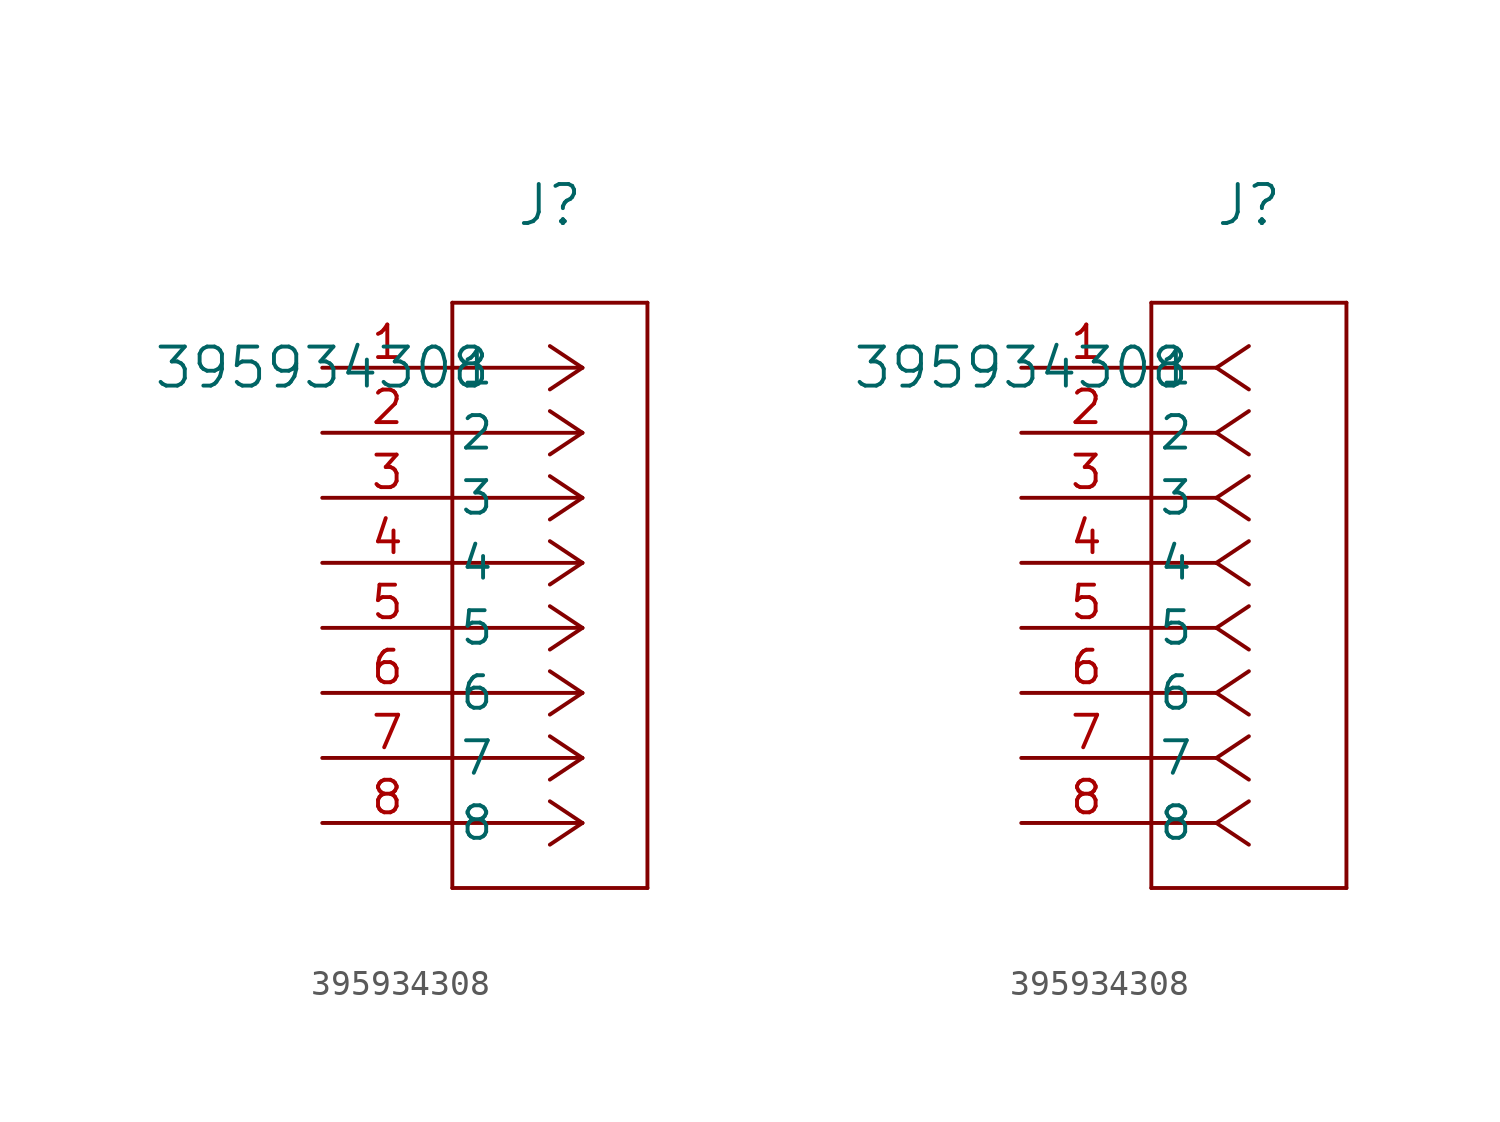
<source format=kicad_sym>
(kicad_symbol_lib
  (version 20211014)
  (generator kicad_symbol_editor)
  (symbol "395934308"
    (pin_names
      (offset 0.254))
    (property "Reference" "J"
      (at 8.89 6.35 0)
      (effects (font (size 1.524 1.524))))
    (property "Value" "395934308"
      (at 0 0 0)
      (effects (font (size 1.524 1.524))))
    (symbol "395934308_1_1"
      (polyline (pts (xy 10.16 0) (xy 5.08 0)) (stroke (width 0.152) (type default) (color 0 0 0 0)) (fill (type none)))
      (polyline (pts (xy 10.16 -2.54) (xy 5.08 -2.54)) (stroke (width 0.152) (type default) (color 0 0 0 0)) (fill (type none)))
      (polyline (pts (xy 10.16 -5.08) (xy 5.08 -5.08)) (stroke (width 0.152) (type default) (color 0 0 0 0)) (fill (type none)))
      (polyline (pts (xy 10.16 -7.62) (xy 5.08 -7.62)) (stroke (width 0.152) (type default) (color 0 0 0 0)) (fill (type none)))
      (polyline (pts (xy 10.16 -10.16) (xy 5.08 -10.16)) (stroke (width 0.152) (type default) (color 0 0 0 0)) (fill (type none)))
      (polyline (pts (xy 10.16 -12.7) (xy 5.08 -12.7)) (stroke (width 0.152) (type default) (color 0 0 0 0)) (fill (type none)))
      (polyline (pts (xy 10.16 -15.24) (xy 5.08 -15.24)) (stroke (width 0.152) (type default) (color 0 0 0 0)) (fill (type none)))
      (polyline (pts (xy 10.16 -17.78) (xy 5.08 -17.78)) (stroke (width 0.152) (type default) (color 0 0 0 0)) (fill (type none)))
      (polyline (pts (xy 10.16 0) (xy 8.89 0.847)) (stroke (width 0.152) (type default) (color 0 0 0 0)) (fill (type none)))
      (polyline (pts (xy 10.16 -2.54) (xy 8.89 -1.693)) (stroke (width 0.152) (type default) (color 0 0 0 0)) (fill (type none)))
      (polyline (pts (xy 10.16 -5.08) (xy 8.89 -4.233)) (stroke (width 0.152) (type default) (color 0 0 0 0)) (fill (type none)))
      (polyline (pts (xy 10.16 -7.62) (xy 8.89 -6.773)) (stroke (width 0.152) (type default) (color 0 0 0 0)) (fill (type none)))
      (polyline (pts (xy 10.16 -10.16) (xy 8.89 -9.313)) (stroke (width 0.152) (type default) (color 0 0 0 0)) (fill (type none)))
      (polyline (pts (xy 10.16 -12.7) (xy 8.89 -11.853)) (stroke (width 0.152) (type default) (color 0 0 0 0)) (fill (type none)))
      (polyline (pts (xy 10.16 -15.24) (xy 8.89 -14.393)) (stroke (width 0.152) (type default) (color 0 0 0 0)) (fill (type none)))
      (polyline (pts (xy 10.16 -17.78) (xy 8.89 -16.933)) (stroke (width 0.152) (type default) (color 0 0 0 0)) (fill (type none)))
      (polyline (pts (xy 10.16 0) (xy 8.89 -0.847)) (stroke (width 0.152) (type default) (color 0 0 0 0)) (fill (type none)))
      (polyline (pts (xy 10.16 -2.54) (xy 8.89 -3.387)) (stroke (width 0.152) (type default) (color 0 0 0 0)) (fill (type none)))
      (polyline (pts (xy 10.16 -5.08) (xy 8.89 -5.927)) (stroke (width 0.152) (type default) (color 0 0 0 0)) (fill (type none)))
      (polyline (pts (xy 10.16 -7.62) (xy 8.89 -8.467)) (stroke (width 0.152) (type default) (color 0 0 0 0)) (fill (type none)))
      (polyline (pts (xy 10.16 -10.16) (xy 8.89 -11.007)) (stroke (width 0.152) (type default) (color 0 0 0 0)) (fill (type none)))
      (polyline (pts (xy 10.16 -12.7) (xy 8.89 -13.547)) (stroke (width 0.152) (type default) (color 0 0 0 0)) (fill (type none)))
      (polyline (pts (xy 10.16 -15.24) (xy 8.89 -16.087)) (stroke (width 0.152) (type default) (color 0 0 0 0)) (fill (type none)))
      (polyline (pts (xy 10.16 -17.78) (xy 8.89 -18.627)) (stroke (width 0.152) (type default) (color 0 0 0 0)) (fill (type none)))
      (polyline (pts (xy 5.08 2.54) (xy 5.08 -20.32)) (stroke (width 0.152) (type default) (color 0 0 0 0)) (fill (type none)))
      (polyline (pts (xy 5.08 -20.32) (xy 12.7 -20.32)) (stroke (width 0.152) (type default) (color 0 0 0 0)) (fill (type none)))
      (polyline (pts (xy 12.7 -20.32) (xy 12.7 2.54)) (stroke (width 0.152) (type default) (color 0 0 0 0)) (fill (type none)))
      (polyline (pts (xy 12.7 2.54) (xy 5.08 2.54)) (stroke (width 0.152) (type default) (color 0 0 0 0)) (fill (type none)))
      (pin unspecified line (at 0 0 0) (length 5.08) (name "1" (effects (font (size 1.27 1.27)))) (number "1" (effects (font (size 1.27 1.27)))))
      (pin unspecified line (at 0 -2.54 0) (length 5.08) (name "2" (effects (font (size 1.27 1.27)))) (number "2" (effects (font (size 1.27 1.27)))))
      (pin unspecified line (at 0 -5.08 0) (length 5.08) (name "3" (effects (font (size 1.27 1.27)))) (number "3" (effects (font (size 1.27 1.27)))))
      (pin unspecified line (at 0 -7.62 0) (length 5.08) (name "4" (effects (font (size 1.27 1.27)))) (number "4" (effects (font (size 1.27 1.27)))))
      (pin unspecified line (at 0 -10.16 0) (length 5.08) (name "5" (effects (font (size 1.27 1.27)))) (number "5" (effects (font (size 1.27 1.27)))))
      (pin unspecified line (at 0 -12.7 0) (length 5.08) (name "6" (effects (font (size 1.27 1.27)))) (number "6" (effects (font (size 1.27 1.27)))))
      (pin unspecified line (at 0 -15.24 0) (length 5.08) (name "7" (effects (font (size 1.27 1.27)))) (number "7" (effects (font (size 1.27 1.27)))))
      (pin unspecified line (at 0 -17.78 0) (length 5.08) (name "8" (effects (font (size 1.27 1.27)))) (number "8" (effects (font (size 1.27 1.27))))))
    (symbol "395934308_1_2"
      (polyline (pts (xy 7.62 0) (xy 5.08 0)) (stroke (width 0.152) (type default) (color 0 0 0 0)) (fill (type none)))
      (polyline (pts (xy 7.62 -2.54) (xy 5.08 -2.54)) (stroke (width 0.152) (type default) (color 0 0 0 0)) (fill (type none)))
      (polyline (pts (xy 7.62 -5.08) (xy 5.08 -5.08)) (stroke (width 0.152) (type default) (color 0 0 0 0)) (fill (type none)))
      (polyline (pts (xy 7.62 -7.62) (xy 5.08 -7.62)) (stroke (width 0.152) (type default) (color 0 0 0 0)) (fill (type none)))
      (polyline (pts (xy 7.62 -10.16) (xy 5.08 -10.16)) (stroke (width 0.152) (type default) (color 0 0 0 0)) (fill (type none)))
      (polyline (pts (xy 7.62 -12.7) (xy 5.08 -12.7)) (stroke (width 0.152) (type default) (color 0 0 0 0)) (fill (type none)))
      (polyline (pts (xy 7.62 -15.24) (xy 5.08 -15.24)) (stroke (width 0.152) (type default) (color 0 0 0 0)) (fill (type none)))
      (polyline (pts (xy 7.62 -17.78) (xy 5.08 -17.78)) (stroke (width 0.152) (type default) (color 0 0 0 0)) (fill (type none)))
      (polyline (pts (xy 7.62 0) (xy 8.89 0.847)) (stroke (width 0.152) (type default) (color 0 0 0 0)) (fill (type none)))
      (polyline (pts (xy 7.62 -2.54) (xy 8.89 -1.693)) (stroke (width 0.152) (type default) (color 0 0 0 0)) (fill (type none)))
      (polyline (pts (xy 7.62 -5.08) (xy 8.89 -4.233)) (stroke (width 0.152) (type default) (color 0 0 0 0)) (fill (type none)))
      (polyline (pts (xy 7.62 -7.62) (xy 8.89 -6.773)) (stroke (width 0.152) (type default) (color 0 0 0 0)) (fill (type none)))
      (polyline (pts (xy 7.62 -10.16) (xy 8.89 -9.313)) (stroke (width 0.152) (type default) (color 0 0 0 0)) (fill (type none)))
      (polyline (pts (xy 7.62 -12.7) (xy 8.89 -11.853)) (stroke (width 0.152) (type default) (color 0 0 0 0)) (fill (type none)))
      (polyline (pts (xy 7.62 -15.24) (xy 8.89 -14.393)) (stroke (width 0.152) (type default) (color 0 0 0 0)) (fill (type none)))
      (polyline (pts (xy 7.62 -17.78) (xy 8.89 -16.933)) (stroke (width 0.152) (type default) (color 0 0 0 0)) (fill (type none)))
      (polyline (pts (xy 7.62 0) (xy 8.89 -0.847)) (stroke (width 0.152) (type default) (color 0 0 0 0)) (fill (type none)))
      (polyline (pts (xy 7.62 -2.54) (xy 8.89 -3.387)) (stroke (width 0.152) (type default) (color 0 0 0 0)) (fill (type none)))
      (polyline (pts (xy 7.62 -5.08) (xy 8.89 -5.927)) (stroke (width 0.152) (type default) (color 0 0 0 0)) (fill (type none)))
      (polyline (pts (xy 7.62 -7.62) (xy 8.89 -8.467)) (stroke (width 0.152) (type default) (color 0 0 0 0)) (fill (type none)))
      (polyline (pts (xy 7.62 -10.16) (xy 8.89 -11.007)) (stroke (width 0.152) (type default) (color 0 0 0 0)) (fill (type none)))
      (polyline (pts (xy 7.62 -12.7) (xy 8.89 -13.547)) (stroke (width 0.152) (type default) (color 0 0 0 0)) (fill (type none)))
      (polyline (pts (xy 7.62 -15.24) (xy 8.89 -16.087)) (stroke (width 0.152) (type default) (color 0 0 0 0)) (fill (type none)))
      (polyline (pts (xy 7.62 -17.78) (xy 8.89 -18.627)) (stroke (width 0.152) (type default) (color 0 0 0 0)) (fill (type none)))
      (polyline (pts (xy 5.08 2.54) (xy 5.08 -20.32)) (stroke (width 0.152) (type default) (color 0 0 0 0)) (fill (type none)))
      (polyline (pts (xy 5.08 -20.32) (xy 12.7 -20.32)) (stroke (width 0.152) (type default) (color 0 0 0 0)) (fill (type none)))
      (polyline (pts (xy 12.7 -20.32) (xy 12.7 2.54)) (stroke (width 0.152) (type default) (color 0 0 0 0)) (fill (type none)))
      (polyline (pts (xy 12.7 2.54) (xy 5.08 2.54)) (stroke (width 0.152) (type default) (color 0 0 0 0)) (fill (type none)))
      (pin unspecified line (at 0 0 0) (length 5.08) (name "1" (effects (font (size 1.27 1.27)))) (number "1" (effects (font (size 1.27 1.27)))))
      (pin unspecified line (at 0 -2.54 0) (length 5.08) (name "2" (effects (font (size 1.27 1.27)))) (number "2" (effects (font (size 1.27 1.27)))))
      (pin unspecified line (at 0 -5.08 0) (length 5.08) (name "3" (effects (font (size 1.27 1.27)))) (number "3" (effects (font (size 1.27 1.27)))))
      (pin unspecified line (at 0 -7.62 0) (length 5.08) (name "4" (effects (font (size 1.27 1.27)))) (number "4" (effects (font (size 1.27 1.27)))))
      (pin unspecified line (at 0 -10.16 0) (length 5.08) (name "5" (effects (font (size 1.27 1.27)))) (number "5" (effects (font (size 1.27 1.27)))))
      (pin unspecified line (at 0 -12.7 0) (length 5.08) (name "6" (effects (font (size 1.27 1.27)))) (number "6" (effects (font (size 1.27 1.27)))))
      (pin unspecified line (at 0 -15.24 0) (length 5.08) (name "7" (effects (font (size 1.27 1.27)))) (number "7" (effects (font (size 1.27 1.27)))))
      (pin unspecified line (at 0 -17.78 0) (length 5.08) (name "8" (effects (font (size 1.27 1.27)))) (number "8" (effects (font (size 1.27 1.27))))))))
</source>
